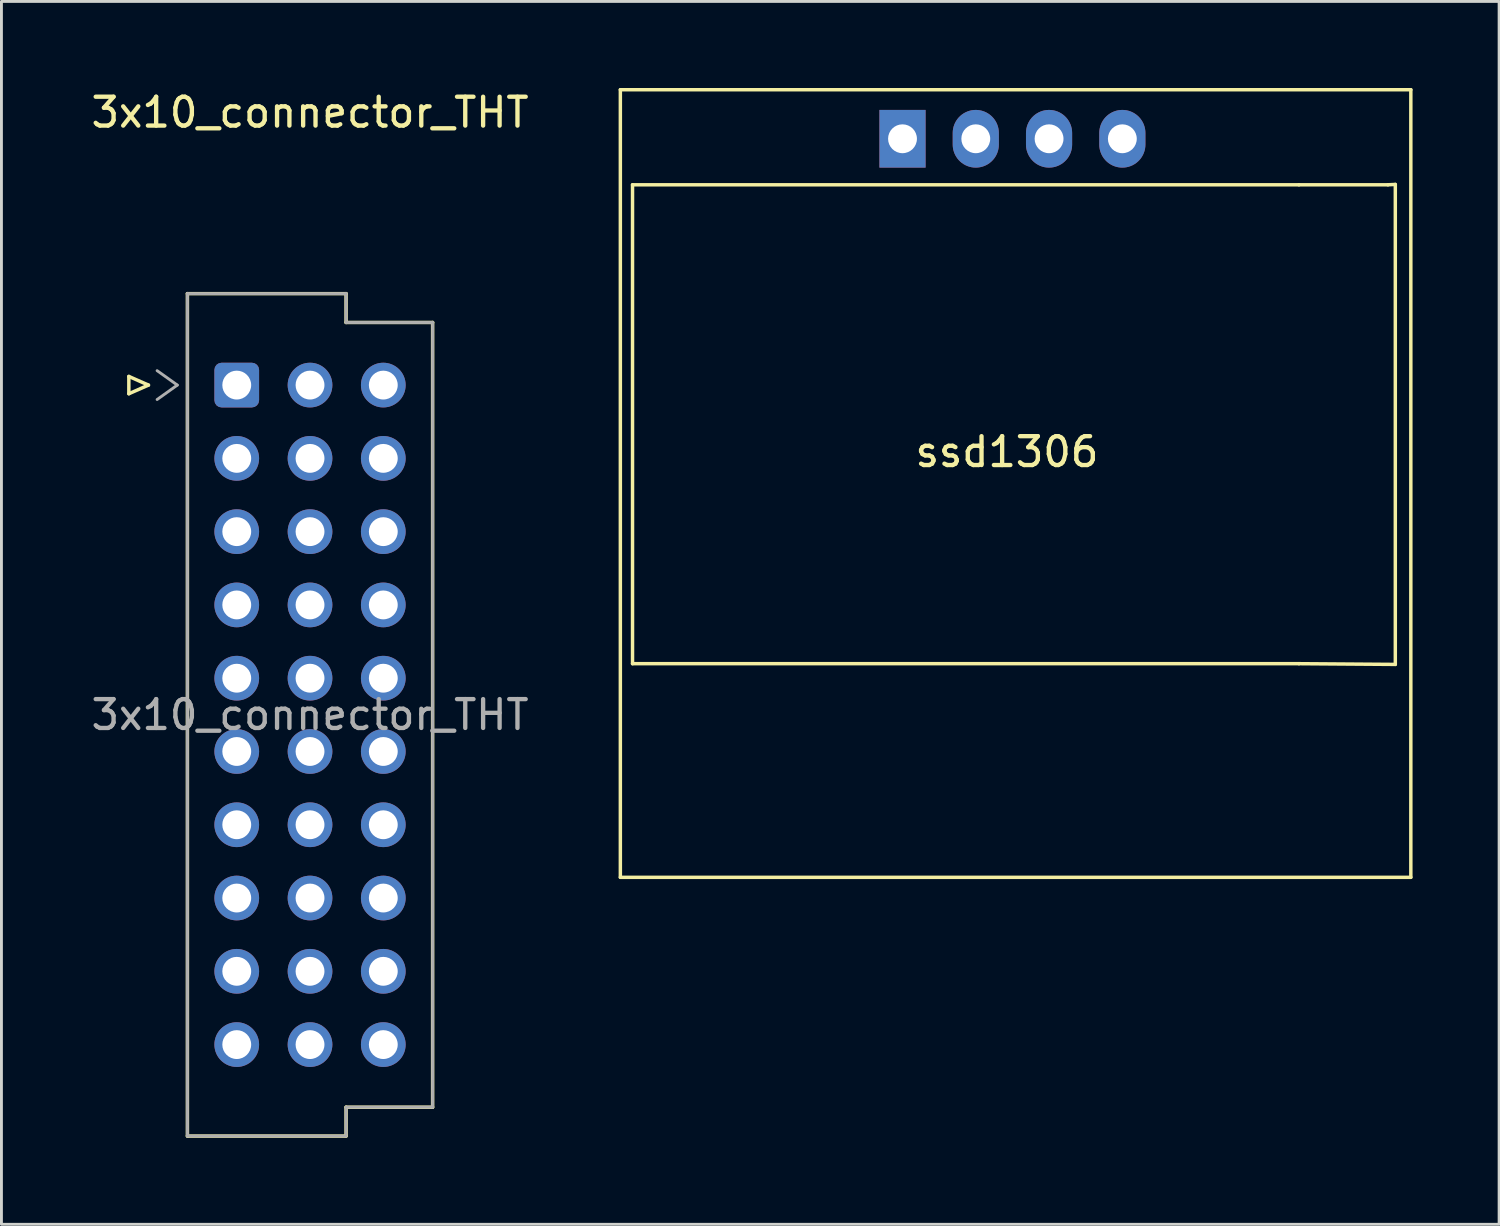
<source format=kicad_pcb>
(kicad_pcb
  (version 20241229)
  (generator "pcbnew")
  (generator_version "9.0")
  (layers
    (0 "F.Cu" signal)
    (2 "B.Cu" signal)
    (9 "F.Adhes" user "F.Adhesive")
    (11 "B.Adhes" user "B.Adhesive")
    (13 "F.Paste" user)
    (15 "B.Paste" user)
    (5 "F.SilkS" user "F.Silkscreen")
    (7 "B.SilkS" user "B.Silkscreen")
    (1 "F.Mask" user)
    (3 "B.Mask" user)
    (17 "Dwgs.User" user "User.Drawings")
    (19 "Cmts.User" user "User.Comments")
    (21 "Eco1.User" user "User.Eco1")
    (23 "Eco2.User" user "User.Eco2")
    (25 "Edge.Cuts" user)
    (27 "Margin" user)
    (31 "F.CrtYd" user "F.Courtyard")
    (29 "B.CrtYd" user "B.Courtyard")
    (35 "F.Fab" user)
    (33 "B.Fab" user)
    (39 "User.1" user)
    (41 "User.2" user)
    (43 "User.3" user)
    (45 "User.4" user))
  (footprint "ssd1306"
    (layer "F.Cu")
    (at 31.853 12.36)
    (property "Reference" "ssd1306" (at 0 0.254 180) (layer "F.SilkS") (effects (font (size 1 1) (thickness 0.15))))
    (attr through_hole)
    (fp_line (start -13.4 -12.3) (end 14 -12.3) (stroke (width 0.12) (type solid)) (layer "F.SilkS"))
    (fp_line (start -13.4 15) (end -13.4 -12.3) (stroke (width 0.12) (type solid)) (layer "F.SilkS"))
    (fp_line (start -12.978 -9.005) (end 10.122 -9.005) (stroke (width 0.12) (type solid)) (layer "F.SilkS"))
    (fp_line (start -12.978 7.595) (end -12.978 -9.005) (stroke (width 0.12) (type solid)) (layer "F.SilkS"))
    (fp_line (start 10.122 -9.005) (end 13.208 -9.005) (stroke (width 0.12) (type solid)) (layer "F.SilkS"))
    (fp_line (start 10.122 7.595) (end -12.978 7.595) (stroke (width 0.12) (type solid)) (layer "F.SilkS"))
    (fp_line (start 10.122 7.595) (end 13.462 7.62) (stroke (width 0.12) (type solid)) (layer "F.SilkS"))
    (fp_line (start 13.462 -9.017) (end 13.208 -9.005) (stroke (width 0.12) (type solid)) (layer "F.SilkS"))
    (fp_line (start 13.462 7.62) (end 13.462 -9.017) (stroke (width 0.12) (type solid)) (layer "F.SilkS"))
    (fp_line (start 14 -12.3) (end 14 15) (stroke (width 0.12) (type solid)) (layer "F.SilkS"))
    (fp_line (start 14 15) (end -13.4 15) (stroke (width 0.12) (type solid)) (layer "F.SilkS"))
    (pad "1" thru_hole rect (at -3.62 -10.6 90) (size 2 1.6) (drill 1) (layers "*.Cu" "*.Mask"))
    (pad "2" thru_hole oval (at -1.08 -10.6 90) (size 2 1.6) (drill 1) (layers "*.Cu" "*.Mask"))
    (pad "3" thru_hole oval (at 1.46 -10.6 90) (size 2 1.6) (drill 1) (layers "*.Cu" "*.Mask"))
    (pad "4" thru_hole oval (at 4 -10.6 90) (size 2 1.6) (drill 1) (layers "*.Cu" "*.Mask")))
  (footprint "3x10_connector_THT"
    (layer "F.Cu")
    (at 5.156 10.298)
    (property "Reference" "3x10_connector_THT" (at 2.54 -9.45 0) (layer "F.SilkS") (effects (font (size 1 1) (thickness 0.15))))
    (attr through_hole)
    (fp_line (start -3.74 -0.3) (end -3.74 0.3) (stroke (width 0.12) (type solid)) (layer "F.SilkS"))
    (fp_line (start -3.74 0.3) (end -3.06 0) (stroke (width 0.12) (type solid)) (layer "F.SilkS"))
    (fp_line (start -3.06 0) (end -3.74 -0.3) (stroke (width 0.12) (type solid)) (layer "F.SilkS"))
    (fp_line (start -1.71 -3.17) (end 3.79 -3.17) (stroke (width 0.12) (type solid)) (layer "F.SilkS"))
    (fp_line (start -1.71 26.03) (end -1.71 -3.17) (stroke (width 0.12) (type solid)) (layer "F.SilkS"))
    (fp_line (start 3.79 -3.17) (end 3.79 -2.17) (stroke (width 0.12) (type solid)) (layer "F.SilkS"))
    (fp_line (start 3.79 -2.17) (end 6.79 -2.17) (stroke (width 0.12) (type solid)) (layer "F.SilkS"))
    (fp_line (start 3.79 25.03) (end 3.79 26.03) (stroke (width 0.12) (type solid)) (layer "F.SilkS"))
    (fp_line (start 3.79 26.03) (end -1.71 26.03) (stroke (width 0.12) (type solid)) (layer "F.SilkS"))
    (fp_line (start 6.79 -2.17) (end 6.79 25.03) (stroke (width 0.12) (type solid)) (layer "F.SilkS"))
    (fp_line (start 6.79 25.03) (end 3.79 25.03) (stroke (width 0.12) (type solid)) (layer "F.SilkS"))
    (fp_line (start -2.76 -0.5) (end -2.06 0) (stroke (width 0.1) (type solid)) (layer "F.Fab"))
    (fp_line (start -2.06 0) (end -2.76 0.5) (stroke (width 0.1) (type solid)) (layer "F.Fab"))
    (fp_line (start -1.71 -3.17) (end 3.79 -3.17) (stroke (width 0.1) (type solid)) (layer "F.Fab"))
    (fp_line (start -1.71 26.03) (end -1.71 -3.17) (stroke (width 0.1) (type solid)) (layer "F.Fab"))
    (fp_line (start 3.79 -3.17) (end 3.79 -2.17) (stroke (width 0.1) (type solid)) (layer "F.Fab"))
    (fp_line (start 3.79 -2.17) (end 6.79 -2.17) (stroke (width 0.1) (type solid)) (layer "F.Fab"))
    (fp_line (start 3.79 25.03) (end 3.79 26.03) (stroke (width 0.1) (type solid)) (layer "F.Fab"))
    (fp_line (start 3.79 26.03) (end -1.71 26.03) (stroke (width 0.1) (type solid)) (layer "F.Fab"))
    (fp_line (start 6.79 -2.17) (end 6.79 25.03) (stroke (width 0.1) (type solid)) (layer "F.Fab"))
    (fp_line (start 6.79 25.03) (end 3.79 25.03) (stroke (width 0.1) (type solid)) (layer "F.Fab"))
    (fp_text user "${REFERENCE}" (at 2.54 11.43 0) (layer "F.Fab") (effects (font (size 1 1) (thickness 0.15))))
    (pad "a1" thru_hole roundrect (at 0 0) (size 1.55 1.55) (drill 1) (layers "*.Cu" "*.Mask") (roundrect_rratio 0.161))
    (pad "a2" thru_hole circle (at 0 2.54) (size 1.55 1.55) (drill 1) (layers "*.Cu" "*.Mask"))
    (pad "a3" thru_hole circle (at 0 5.08) (size 1.55 1.55) (drill 1) (layers "*.Cu" "*.Mask"))
    (pad "a4" thru_hole circle (at 0 7.62) (size 1.55 1.55) (drill 1) (layers "*.Cu" "*.Mask"))
    (pad "a5" thru_hole circle (at 0 10.16) (size 1.55 1.55) (drill 1) (layers "*.Cu" "*.Mask"))
    (pad "a6" thru_hole circle (at 0 12.7) (size 1.55 1.55) (drill 1) (layers "*.Cu" "*.Mask"))
    (pad "a7" thru_hole circle (at 0 15.24) (size 1.55 1.55) (drill 1) (layers "*.Cu" "*.Mask"))
    (pad "a8" thru_hole circle (at 0 17.78) (size 1.55 1.55) (drill 1) (layers "*.Cu" "*.Mask"))
    (pad "a9" thru_hole circle (at 0 20.32) (size 1.55 1.55) (drill 1) (layers "*.Cu" "*.Mask"))
    (pad "a10" thru_hole circle (at 0 22.86) (size 1.55 1.55) (drill 1) (layers "*.Cu" "*.Mask"))
    (pad "b1" thru_hole circle (at 2.54 0) (size 1.55 1.55) (drill 1) (layers "*.Cu" "*.Mask"))
    (pad "b2" thru_hole circle (at 2.54 2.54) (size 1.55 1.55) (drill 1) (layers "*.Cu" "*.Mask"))
    (pad "b3" thru_hole circle (at 2.54 5.08) (size 1.55 1.55) (drill 1) (layers "*.Cu" "*.Mask"))
    (pad "b4" thru_hole circle (at 2.54 7.62) (size 1.55 1.55) (drill 1) (layers "*.Cu" "*.Mask"))
    (pad "b5" thru_hole circle (at 2.54 10.16) (size 1.55 1.55) (drill 1) (layers "*.Cu" "*.Mask"))
    (pad "b6" thru_hole circle (at 2.54 12.7) (size 1.55 1.55) (drill 1) (layers "*.Cu" "*.Mask"))
    (pad "b7" thru_hole circle (at 2.54 15.24) (size 1.55 1.55) (drill 1) (layers "*.Cu" "*.Mask"))
    (pad "b8" thru_hole circle (at 2.54 17.78) (size 1.55 1.55) (drill 1) (layers "*.Cu" "*.Mask"))
    (pad "b9" thru_hole circle (at 2.54 20.32) (size 1.55 1.55) (drill 1) (layers "*.Cu" "*.Mask"))
    (pad "b10" thru_hole circle (at 2.54 22.86) (size 1.55 1.55) (drill 1) (layers "*.Cu" "*.Mask"))
    (pad "c1" thru_hole circle (at 5.08 0) (size 1.55 1.55) (drill 1) (layers "*.Cu" "*.Mask"))
    (pad "c2" thru_hole circle (at 5.08 2.54) (size 1.55 1.55) (drill 1) (layers "*.Cu" "*.Mask"))
    (pad "c3" thru_hole circle (at 5.08 5.08) (size 1.55 1.55) (drill 1) (layers "*.Cu" "*.Mask"))
    (pad "c4" thru_hole circle (at 5.08 7.62) (size 1.55 1.55) (drill 1) (layers "*.Cu" "*.Mask"))
    (pad "c5" thru_hole circle (at 5.08 10.16) (size 1.55 1.55) (drill 1) (layers "*.Cu" "*.Mask"))
    (pad "c6" thru_hole circle (at 5.08 12.7) (size 1.55 1.55) (drill 1) (layers "*.Cu" "*.Mask"))
    (pad "c7" thru_hole circle (at 5.08 15.24) (size 1.55 1.55) (drill 1) (layers "*.Cu" "*.Mask"))
    (pad "c8" thru_hole circle (at 5.08 17.78) (size 1.55 1.55) (drill 1) (layers "*.Cu" "*.Mask"))
    (pad "c9" thru_hole circle (at 5.08 20.32) (size 1.55 1.55) (drill 1) (layers "*.Cu" "*.Mask"))
    (pad "c10" thru_hole circle (at 5.08 22.86) (size 1.55 1.55) (drill 1) (layers "*.Cu" "*.Mask")))
  (gr_rect
    (start -3 -3)
    (end 48.913 39.388)
    (stroke (width 0.1) (type default))
    (fill no)
    (layer "Edge.Cuts")))
</source>
